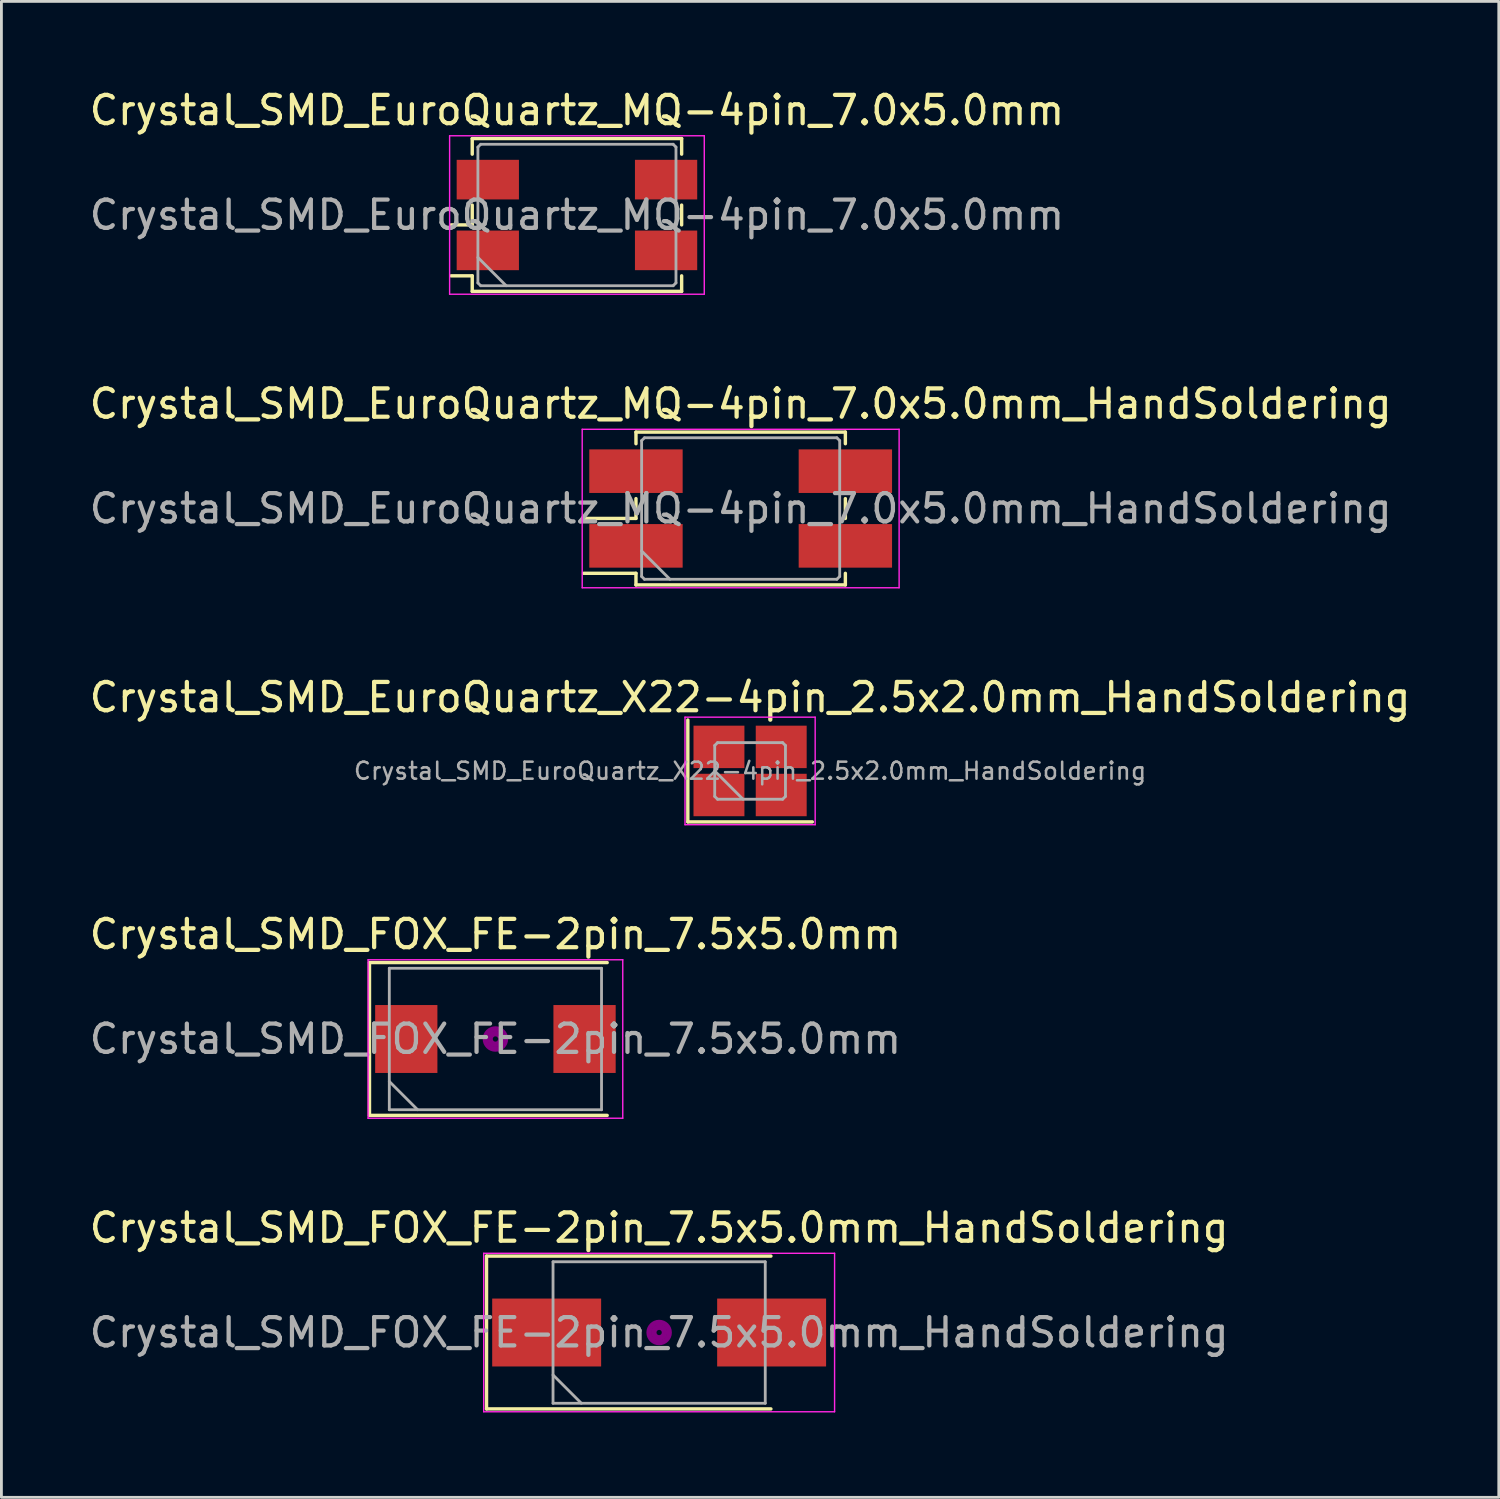
<source format=kicad_pcb>
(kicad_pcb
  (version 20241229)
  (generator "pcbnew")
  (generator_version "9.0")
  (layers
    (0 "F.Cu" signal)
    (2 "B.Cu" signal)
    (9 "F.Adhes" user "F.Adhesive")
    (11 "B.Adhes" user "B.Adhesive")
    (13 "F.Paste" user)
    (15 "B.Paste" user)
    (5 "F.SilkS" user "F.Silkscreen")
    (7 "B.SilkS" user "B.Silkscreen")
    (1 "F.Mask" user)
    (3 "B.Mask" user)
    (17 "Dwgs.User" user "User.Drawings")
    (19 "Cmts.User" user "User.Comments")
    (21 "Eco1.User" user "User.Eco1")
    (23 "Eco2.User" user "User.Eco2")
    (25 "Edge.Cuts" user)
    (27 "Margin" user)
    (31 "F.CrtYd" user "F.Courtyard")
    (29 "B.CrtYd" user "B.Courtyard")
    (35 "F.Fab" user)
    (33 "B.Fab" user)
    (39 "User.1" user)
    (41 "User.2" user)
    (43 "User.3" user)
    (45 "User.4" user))
  (footprint "Crystal_SMD_FOX_FE-2pin_7.5x5.0mm_HandSoldering"
    (layer "F.Cu")
    (at 20.244 44.041)
    (property "Reference" "Crystal_SMD_FOX_FE-2pin_7.5x5.0mm_HandSoldering" (at 0 -3.7 0) (layer "F.SilkS") (effects (font (size 1 1) (thickness 0.15))))
    (attr smd)
    (fp_line (start -6.1 -2.7) (end -6.1 2.7) (stroke (width 0.12) (type solid)) (layer "F.SilkS"))
    (fp_line (start -6.1 2.7) (end 3.95 2.7) (stroke (width 0.12) (type solid)) (layer "F.SilkS"))
    (fp_line (start 3.95 -2.7) (end -6.1 -2.7) (stroke (width 0.12) (type solid)) (layer "F.SilkS"))
    (fp_circle (center 0 0) (end 0.093 0) (stroke (width 0.187) (type solid)) (fill no) (layer "F.Adhes"))
    (fp_circle (center 0 0) (end 0.213 0) (stroke (width 0.133) (type solid)) (fill no) (layer "F.Adhes"))
    (fp_circle (center 0 0) (end 0.333 0) (stroke (width 0.133) (type solid)) (fill no) (layer "F.Adhes"))
    (fp_circle (center 0 0) (end 0.4 0) (stroke (width 0.1) (type solid)) (fill no) (layer "F.Adhes"))
    (fp_line (start -6.2 -2.8) (end -6.2 2.8) (stroke (width 0.05) (type solid)) (layer "F.CrtYd"))
    (fp_line (start -6.2 2.8) (end 6.2 2.8) (stroke (width 0.05) (type solid)) (layer "F.CrtYd"))
    (fp_line (start 6.2 -2.8) (end -6.2 -2.8) (stroke (width 0.05) (type solid)) (layer "F.CrtYd"))
    (fp_line (start 6.2 2.8) (end 6.2 -2.8) (stroke (width 0.05) (type solid)) (layer "F.CrtYd"))
    (fp_line (start -3.75 -2.5) (end -3.75 2.5) (stroke (width 0.1) (type solid)) (layer "F.Fab"))
    (fp_line (start -3.75 1.5) (end -2.75 2.5) (stroke (width 0.1) (type solid)) (layer "F.Fab"))
    (fp_line (start -3.75 2.5) (end 3.75 2.5) (stroke (width 0.1) (type solid)) (layer "F.Fab"))
    (fp_line (start 3.75 -2.5) (end -3.75 -2.5) (stroke (width 0.1) (type solid)) (layer "F.Fab"))
    (fp_line (start 3.75 2.5) (end 3.75 -2.5) (stroke (width 0.1) (type solid)) (layer "F.Fab"))
    (fp_text user "${REFERENCE}" (at 0 0 0) (layer "F.Fab") (effects (font (size 1 1) (thickness 0.15))))
    (pad "1" smd rect (at -3.975 0) (size 3.85 2.4) (layers "F.Cu" "F.Mask" "F.Paste"))
    (pad "2" smd rect (at 3.975 0) (size 3.85 2.4) (layers "F.Cu" "F.Mask" "F.Paste")))
  (footprint "Crystal_SMD_EuroQuartz_MQ-4pin_7.0x5.0mm_HandSoldering"
    (layer "F.Cu")
    (at 23.125 14.921)
    (property "Reference" "Crystal_SMD_EuroQuartz_MQ-4pin_7.0x5.0mm_HandSoldering" (at 0 -3.7 0) (layer "F.SilkS") (effects (font (size 1 1) (thickness 0.15))))
    (attr smd)
    (fp_line (start -5.55 0.35) (end -3.7 0.35) (stroke (width 0.12) (type solid)) (layer "F.SilkS"))
    (fp_line (start -5.55 2.29) (end -3.7 2.29) (stroke (width 0.12) (type solid)) (layer "F.SilkS"))
    (fp_line (start -3.7 -2.7) (end 3.7 -2.7) (stroke (width 0.12) (type solid)) (layer "F.SilkS"))
    (fp_line (start -3.7 -2.29) (end -3.7 -2.7) (stroke (width 0.12) (type solid)) (layer "F.SilkS"))
    (fp_line (start -3.7 0.35) (end -3.7 -0.35) (stroke (width 0.12) (type solid)) (layer "F.SilkS"))
    (fp_line (start -3.7 2.29) (end -3.7 2.7) (stroke (width 0.12) (type solid)) (layer "F.SilkS"))
    (fp_line (start -3.7 2.7) (end 3.7 2.7) (stroke (width 0.12) (type solid)) (layer "F.SilkS"))
    (fp_line (start 3.7 -2.7) (end 3.7 -2.29) (stroke (width 0.12) (type solid)) (layer "F.SilkS"))
    (fp_line (start 3.7 -0.35) (end 3.7 0.35) (stroke (width 0.12) (type solid)) (layer "F.SilkS"))
    (fp_line (start 3.7 2.7) (end 3.7 2.29) (stroke (width 0.12) (type solid)) (layer "F.SilkS"))
    (fp_line (start -5.6 -2.8) (end -5.6 2.8) (stroke (width 0.05) (type solid)) (layer "F.CrtYd"))
    (fp_line (start -5.6 2.8) (end 5.6 2.8) (stroke (width 0.05) (type solid)) (layer "F.CrtYd"))
    (fp_line (start 5.6 -2.8) (end -5.6 -2.8) (stroke (width 0.05) (type solid)) (layer "F.CrtYd"))
    (fp_line (start 5.6 2.8) (end 5.6 -2.8) (stroke (width 0.05) (type solid)) (layer "F.CrtYd"))
    (fp_line (start -3.5 -2.4) (end -3.4 -2.5) (stroke (width 0.1) (type solid)) (layer "F.Fab"))
    (fp_line (start -3.5 1.5) (end -2.5 2.5) (stroke (width 0.1) (type solid)) (layer "F.Fab"))
    (fp_line (start -3.5 2.4) (end -3.5 -2.4) (stroke (width 0.1) (type solid)) (layer "F.Fab"))
    (fp_line (start -3.4 -2.5) (end 3.4 -2.5) (stroke (width 0.1) (type solid)) (layer "F.Fab"))
    (fp_line (start -3.4 2.5) (end -3.5 2.4) (stroke (width 0.1) (type solid)) (layer "F.Fab"))
    (fp_line (start 3.4 -2.5) (end 3.5 -2.4) (stroke (width 0.1) (type solid)) (layer "F.Fab"))
    (fp_line (start 3.4 2.5) (end -3.4 2.5) (stroke (width 0.1) (type solid)) (layer "F.Fab"))
    (fp_line (start 3.5 -2.4) (end 3.5 2.4) (stroke (width 0.1) (type solid)) (layer "F.Fab"))
    (fp_line (start 3.5 2.4) (end 3.4 2.5) (stroke (width 0.1) (type solid)) (layer "F.Fab"))
    (fp_text user "${REFERENCE}" (at 0 0 0) (layer "F.Fab") (effects (font (size 1 1) (thickness 0.15))))
    (pad "1" smd rect (at -3.7 1.32) (size 3.3 1.54) (layers "F.Cu" "F.Mask" "F.Paste"))
    (pad "2" smd rect (at 3.7 1.32) (size 3.3 1.54) (layers "F.Cu" "F.Mask" "F.Paste"))
    (pad "3" smd rect (at 3.7 -1.32) (size 3.3 1.54) (layers "F.Cu" "F.Mask" "F.Paste"))
    (pad "4" smd rect (at -3.7 -1.32) (size 3.3 1.54) (layers "F.Cu" "F.Mask" "F.Paste")))
  (footprint "Crystal_SMD_EuroQuartz_X22-4pin_2.5x2.0mm_HandSoldering"
    (layer "F.Cu")
    (at 23.458 24.195)
    (property "Reference" "Crystal_SMD_EuroQuartz_X22-4pin_2.5x2.0mm_HandSoldering" (at 0 -2.6 0) (layer "F.SilkS") (effects (font (size 1 1) (thickness 0.15))))
    (attr smd)
    (fp_line (start -2.2 -1.8) (end -2.2 1.8) (stroke (width 0.12) (type solid)) (layer "F.SilkS"))
    (fp_line (start -2.2 1.8) (end 2.2 1.8) (stroke (width 0.12) (type solid)) (layer "F.SilkS"))
    (fp_line (start -2.3 -1.9) (end -2.3 1.9) (stroke (width 0.05) (type solid)) (layer "F.CrtYd"))
    (fp_line (start -2.3 1.9) (end 2.3 1.9) (stroke (width 0.05) (type solid)) (layer "F.CrtYd"))
    (fp_line (start 2.3 -1.9) (end -2.3 -1.9) (stroke (width 0.05) (type solid)) (layer "F.CrtYd"))
    (fp_line (start 2.3 1.9) (end 2.3 -1.9) (stroke (width 0.05) (type solid)) (layer "F.CrtYd"))
    (fp_line (start -1.25 -0.9) (end -1.15 -1) (stroke (width 0.1) (type solid)) (layer "F.Fab"))
    (fp_line (start -1.25 0) (end -0.25 1) (stroke (width 0.1) (type solid)) (layer "F.Fab"))
    (fp_line (start -1.25 0.9) (end -1.25 -0.9) (stroke (width 0.1) (type solid)) (layer "F.Fab"))
    (fp_line (start -1.15 -1) (end 1.15 -1) (stroke (width 0.1) (type solid)) (layer "F.Fab"))
    (fp_line (start -1.15 1) (end -1.25 0.9) (stroke (width 0.1) (type solid)) (layer "F.Fab"))
    (fp_line (start 1.15 -1) (end 1.25 -0.9) (stroke (width 0.1) (type solid)) (layer "F.Fab"))
    (fp_line (start 1.15 1) (end -1.15 1) (stroke (width 0.1) (type solid)) (layer "F.Fab"))
    (fp_line (start 1.25 -0.9) (end 1.25 0.9) (stroke (width 0.1) (type solid)) (layer "F.Fab"))
    (fp_line (start 1.25 0.9) (end 1.15 1) (stroke (width 0.1) (type solid)) (layer "F.Fab"))
    (fp_text user "${REFERENCE}" (at 0 0 0) (layer "F.Fab") (effects (font (size 0.6 0.6) (thickness 0.09))))
    (pad "1" smd rect (at -1.1 0.85) (size 1.8 1.5) (layers "F.Cu" "F.Mask" "F.Paste"))
    (pad "2" smd rect (at 1.1 0.85) (size 1.8 1.5) (layers "F.Cu" "F.Mask" "F.Paste"))
    (pad "3" smd rect (at 1.1 -0.85) (size 1.8 1.5) (layers "F.Cu" "F.Mask" "F.Paste"))
    (pad "4" smd rect (at -1.1 -0.85) (size 1.8 1.5) (layers "F.Cu" "F.Mask" "F.Paste")))
  (footprint "Crystal_SMD_FOX_FE-2pin_7.5x5.0mm"
    (layer "F.Cu")
    (at 14.458 33.668)
    (property "Reference" "Crystal_SMD_FOX_FE-2pin_7.5x5.0mm" (at 0 -3.7 0) (layer "F.SilkS") (effects (font (size 1 1) (thickness 0.15))))
    (attr smd)
    (fp_line (start -4.45 -2.7) (end -4.45 2.7) (stroke (width 0.12) (type solid)) (layer "F.SilkS"))
    (fp_line (start -4.45 2.7) (end 3.95 2.7) (stroke (width 0.12) (type solid)) (layer "F.SilkS"))
    (fp_line (start 3.95 -2.7) (end -4.45 -2.7) (stroke (width 0.12) (type solid)) (layer "F.SilkS"))
    (fp_circle (center 0 0) (end 0.093 0) (stroke (width 0.187) (type solid)) (fill no) (layer "F.Adhes"))
    (fp_circle (center 0 0) (end 0.213 0) (stroke (width 0.133) (type solid)) (fill no) (layer "F.Adhes"))
    (fp_circle (center 0 0) (end 0.333 0) (stroke (width 0.133) (type solid)) (fill no) (layer "F.Adhes"))
    (fp_circle (center 0 0) (end 0.4 0) (stroke (width 0.1) (type solid)) (fill no) (layer "F.Adhes"))
    (fp_line (start -4.5 -2.8) (end -4.5 2.8) (stroke (width 0.05) (type solid)) (layer "F.CrtYd"))
    (fp_line (start -4.5 2.8) (end 4.5 2.8) (stroke (width 0.05) (type solid)) (layer "F.CrtYd"))
    (fp_line (start 4.5 -2.8) (end -4.5 -2.8) (stroke (width 0.05) (type solid)) (layer "F.CrtYd"))
    (fp_line (start 4.5 2.8) (end 4.5 -2.8) (stroke (width 0.05) (type solid)) (layer "F.CrtYd"))
    (fp_line (start -3.75 -2.5) (end -3.75 2.5) (stroke (width 0.1) (type solid)) (layer "F.Fab"))
    (fp_line (start -3.75 1.5) (end -2.75 2.5) (stroke (width 0.1) (type solid)) (layer "F.Fab"))
    (fp_line (start -3.75 2.5) (end 3.75 2.5) (stroke (width 0.1) (type solid)) (layer "F.Fab"))
    (fp_line (start 3.75 -2.5) (end -3.75 -2.5) (stroke (width 0.1) (type solid)) (layer "F.Fab"))
    (fp_line (start 3.75 2.5) (end 3.75 -2.5) (stroke (width 0.1) (type solid)) (layer "F.Fab"))
    (fp_text user "${REFERENCE}" (at 0 0 0) (layer "F.Fab") (effects (font (size 1 1) (thickness 0.15))))
    (pad "1" smd rect (at -3.15 0) (size 2.2 2.4) (layers "F.Cu" "F.Mask" "F.Paste"))
    (pad "2" smd rect (at 3.15 0) (size 2.2 2.4) (layers "F.Cu" "F.Mask" "F.Paste")))
  (footprint "Crystal_SMD_EuroQuartz_MQ-4pin_7.0x5.0mm"
    (layer "F.Cu")
    (at 17.339 4.548)
    (property "Reference" "Crystal_SMD_EuroQuartz_MQ-4pin_7.0x5.0mm" (at 0 -3.7 0) (layer "F.SilkS") (effects (font (size 1 1) (thickness 0.15))))
    (attr smd)
    (fp_line (start -4.45 0.35) (end -3.7 0.35) (stroke (width 0.12) (type solid)) (layer "F.SilkS"))
    (fp_line (start -4.45 2.15) (end -3.7 2.15) (stroke (width 0.12) (type solid)) (layer "F.SilkS"))
    (fp_line (start -3.7 -2.7) (end 3.7 -2.7) (stroke (width 0.12) (type solid)) (layer "F.SilkS"))
    (fp_line (start -3.7 -2.15) (end -3.7 -2.7) (stroke (width 0.12) (type solid)) (layer "F.SilkS"))
    (fp_line (start -3.7 0.35) (end -3.7 -0.35) (stroke (width 0.12) (type solid)) (layer "F.SilkS"))
    (fp_line (start -3.7 2.15) (end -3.7 2.7) (stroke (width 0.12) (type solid)) (layer "F.SilkS"))
    (fp_line (start -3.7 2.7) (end 3.7 2.7) (stroke (width 0.12) (type solid)) (layer "F.SilkS"))
    (fp_line (start 3.7 -2.7) (end 3.7 -2.15) (stroke (width 0.12) (type solid)) (layer "F.SilkS"))
    (fp_line (start 3.7 -0.35) (end 3.7 0.35) (stroke (width 0.12) (type solid)) (layer "F.SilkS"))
    (fp_line (start 3.7 2.7) (end 3.7 2.15) (stroke (width 0.12) (type solid)) (layer "F.SilkS"))
    (fp_line (start -4.5 -2.8) (end -4.5 2.8) (stroke (width 0.05) (type solid)) (layer "F.CrtYd"))
    (fp_line (start -4.5 2.8) (end 4.5 2.8) (stroke (width 0.05) (type solid)) (layer "F.CrtYd"))
    (fp_line (start 4.5 -2.8) (end -4.5 -2.8) (stroke (width 0.05) (type solid)) (layer "F.CrtYd"))
    (fp_line (start 4.5 2.8) (end 4.5 -2.8) (stroke (width 0.05) (type solid)) (layer "F.CrtYd"))
    (fp_line (start -3.5 -2.4) (end -3.4 -2.5) (stroke (width 0.1) (type solid)) (layer "F.Fab"))
    (fp_line (start -3.5 1.5) (end -2.5 2.5) (stroke (width 0.1) (type solid)) (layer "F.Fab"))
    (fp_line (start -3.5 2.4) (end -3.5 -2.4) (stroke (width 0.1) (type solid)) (layer "F.Fab"))
    (fp_line (start -3.4 -2.5) (end 3.4 -2.5) (stroke (width 0.1) (type solid)) (layer "F.Fab"))
    (fp_line (start -3.4 2.5) (end -3.5 2.4) (stroke (width 0.1) (type solid)) (layer "F.Fab"))
    (fp_line (start 3.4 -2.5) (end 3.5 -2.4) (stroke (width 0.1) (type solid)) (layer "F.Fab"))
    (fp_line (start 3.4 2.5) (end -3.4 2.5) (stroke (width 0.1) (type solid)) (layer "F.Fab"))
    (fp_line (start 3.5 -2.4) (end 3.5 2.4) (stroke (width 0.1) (type solid)) (layer "F.Fab"))
    (fp_line (start 3.5 2.4) (end 3.4 2.5) (stroke (width 0.1) (type solid)) (layer "F.Fab"))
    (fp_text user "${REFERENCE}" (at 0 0 0) (layer "F.Fab") (effects (font (size 1 1) (thickness 0.15))))
    (pad "1" smd rect (at -3.15 1.25) (size 2.2 1.4) (layers "F.Cu" "F.Mask" "F.Paste"))
    (pad "2" smd rect (at 3.15 1.25) (size 2.2 1.4) (layers "F.Cu" "F.Mask" "F.Paste"))
    (pad "3" smd rect (at 3.15 -1.25) (size 2.2 1.4) (layers "F.Cu" "F.Mask" "F.Paste"))
    (pad "4" smd rect (at -3.15 -1.25) (size 2.2 1.4) (layers "F.Cu" "F.Mask" "F.Paste")))
  (gr_rect
    (start -3 -3)
    (end 49.917 49.866)
    (stroke (width 0.1) (type default))
    (fill no)
    (layer "Edge.Cuts")))
</source>
